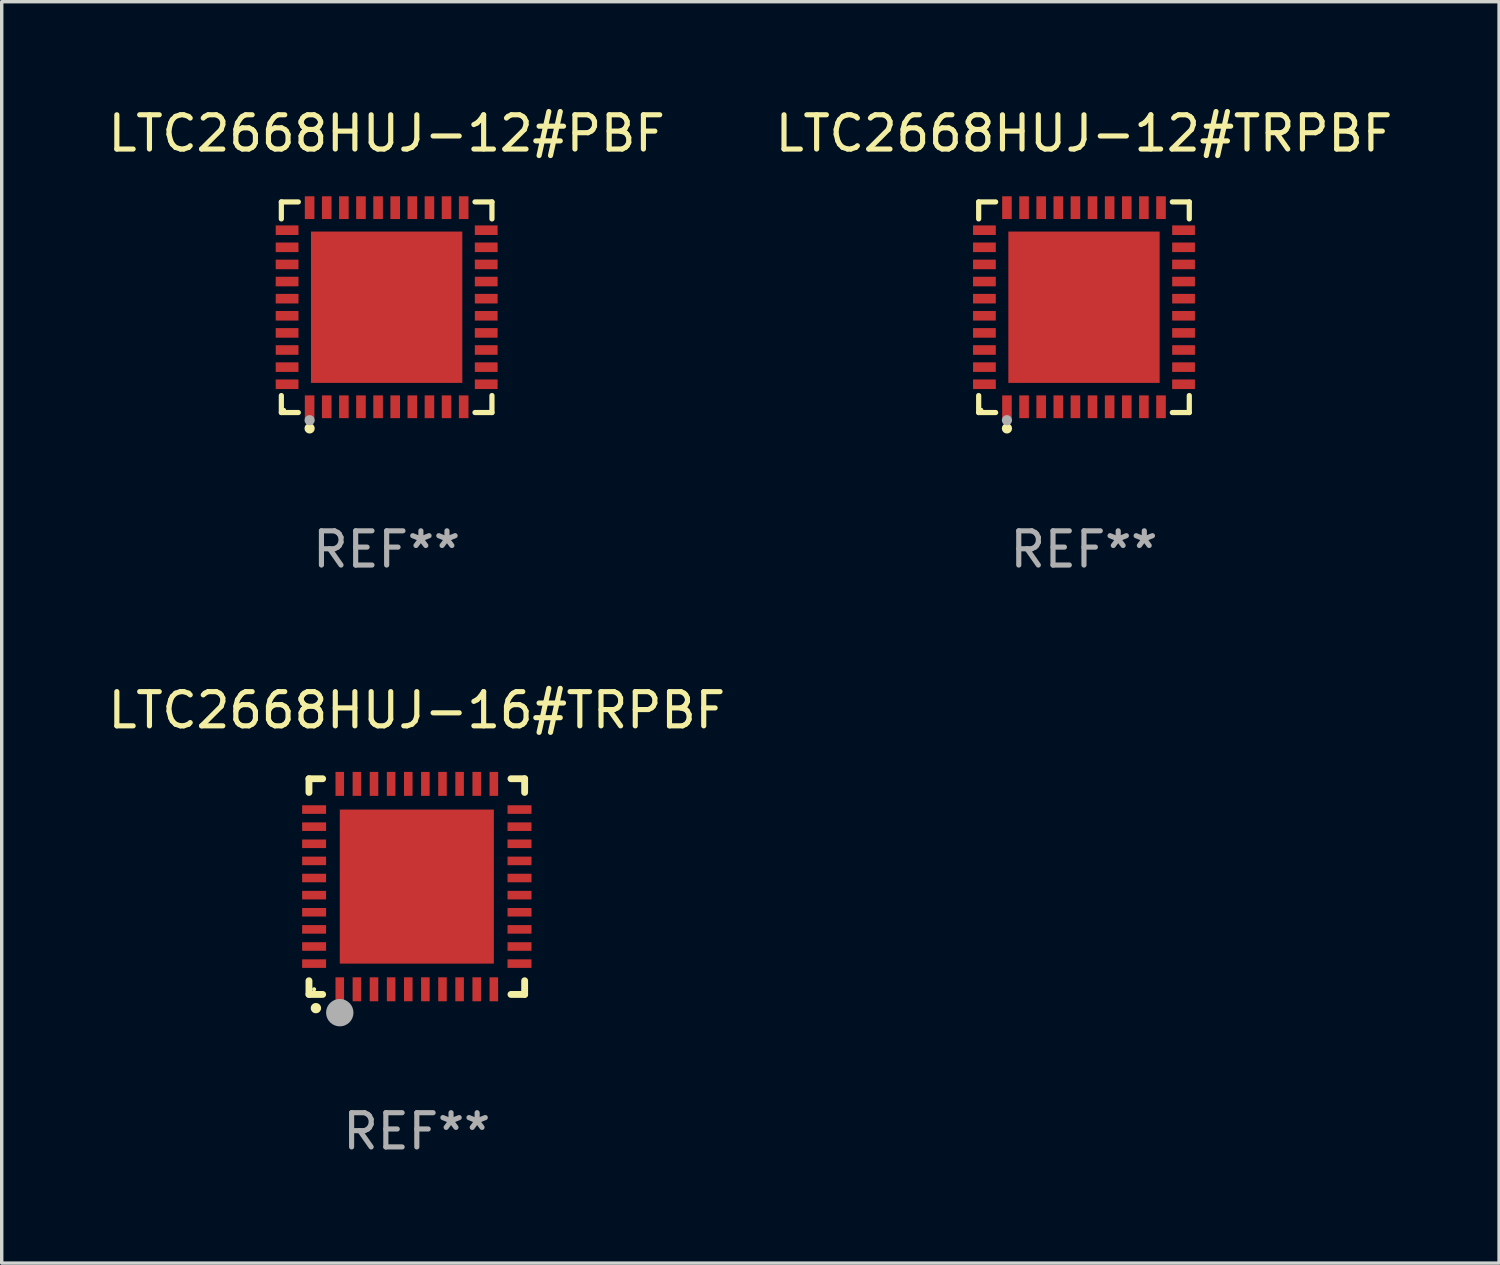
<source format=kicad_pcb>
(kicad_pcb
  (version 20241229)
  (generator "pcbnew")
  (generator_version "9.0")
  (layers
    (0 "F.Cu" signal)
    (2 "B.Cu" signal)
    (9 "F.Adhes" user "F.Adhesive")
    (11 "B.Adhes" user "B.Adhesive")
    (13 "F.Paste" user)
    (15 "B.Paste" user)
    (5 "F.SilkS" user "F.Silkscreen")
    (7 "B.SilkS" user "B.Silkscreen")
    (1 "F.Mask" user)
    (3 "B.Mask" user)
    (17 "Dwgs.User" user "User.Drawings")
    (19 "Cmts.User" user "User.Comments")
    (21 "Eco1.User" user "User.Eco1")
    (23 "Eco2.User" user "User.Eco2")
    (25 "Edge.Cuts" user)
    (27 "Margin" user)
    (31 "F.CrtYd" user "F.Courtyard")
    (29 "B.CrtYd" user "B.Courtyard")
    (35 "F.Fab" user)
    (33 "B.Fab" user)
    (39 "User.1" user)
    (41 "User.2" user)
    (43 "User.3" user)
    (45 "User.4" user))
  (footprint "LTC2668HUJ-16#TRPBF"
    (layer "F.Cu")
    (at 9.125 22.847)
    (property "Reference" "LTC2668HUJ-16#TRPBF" (at 0 -5.15 0) (layer "F.SilkS") (effects (font (size 1 1) (thickness 0.15))))
    (attr through_hole)
    (fp_line (start -3.15 -3.15) (end -2.75 -3.15) (stroke (width 0.2) (type solid)) (layer "F.SilkS"))
    (fp_line (start -3.15 -2.75) (end -3.15 -3.15) (stroke (width 0.2) (type solid)) (layer "F.SilkS"))
    (fp_line (start -3.15 3.15) (end -3.15 2.75) (stroke (width 0.2) (type solid)) (layer "F.SilkS"))
    (fp_line (start -2.75 3.15) (end -3.15 3.15) (stroke (width 0.2) (type solid)) (layer "F.SilkS"))
    (fp_line (start 3.15 -3.15) (end 2.75 -3.15) (stroke (width 0.2) (type solid)) (layer "F.SilkS"))
    (fp_line (start 3.15 -2.75) (end 3.15 -3.15) (stroke (width 0.2) (type solid)) (layer "F.SilkS"))
    (fp_line (start 3.15 2.75) (end 3.15 3.15) (stroke (width 0.2) (type solid)) (layer "F.SilkS"))
    (fp_line (start 3.15 3.15) (end 2.75 3.15) (stroke (width 0.2) (type solid)) (layer "F.SilkS"))
    (fp_arc (start -2.94892 3.550927) (mid -2.94765 3.550922) (end -2.94638 3.550927) (stroke (width 0.3) (type solid)) (layer "F.SilkS"))
    (fp_circle (center -3 3) (end -2.97 3) (stroke (width 0.06) (type solid)) (fill no) (layer "F.SilkS"))
    (fp_circle (center -2.25 3.683) (end -2.05 3.683) (stroke (width 0.4) (type solid)) (fill no) (layer "F.Fab"))
    (fp_text user "REF**" (at 0 7.15 0) (layer "F.Fab") (effects (font (size 1 1) (thickness 0.15))))
    (pad "1" smd rect (at -2.25 3 180) (size 0.25 0.7) (layers "F.Cu" "F.Mask" "F.Paste"))
    (pad "2" smd rect (at -1.75 3 180) (size 0.25 0.7) (layers "F.Cu" "F.Mask" "F.Paste"))
    (pad "3" smd rect (at -1.25 3 180) (size 0.25 0.7) (layers "F.Cu" "F.Mask" "F.Paste"))
    (pad "4" smd rect (at -0.75 3 180) (size 0.25 0.7) (layers "F.Cu" "F.Mask" "F.Paste"))
    (pad "5" smd rect (at -0.25 3 180) (size 0.25 0.7) (layers "F.Cu" "F.Mask" "F.Paste"))
    (pad "6" smd rect (at 0.25 3 180) (size 0.25 0.7) (layers "F.Cu" "F.Mask" "F.Paste"))
    (pad "7" smd rect (at 0.75 3 180) (size 0.25 0.7) (layers "F.Cu" "F.Mask" "F.Paste"))
    (pad "8" smd rect (at 1.25 3 180) (size 0.25 0.7) (layers "F.Cu" "F.Mask" "F.Paste"))
    (pad "9" smd rect (at 1.75 3 180) (size 0.25 0.7) (layers "F.Cu" "F.Mask" "F.Paste"))
    (pad "10" smd rect (at 2.25 3 180) (size 0.25 0.7) (layers "F.Cu" "F.Mask" "F.Paste"))
    (pad "11" smd rect (at 3 2.25 90) (size 0.25 0.7) (layers "F.Cu" "F.Mask" "F.Paste"))
    (pad "12" smd rect (at 3 1.75 90) (size 0.25 0.7) (layers "F.Cu" "F.Mask" "F.Paste"))
    (pad "13" smd rect (at 3 1.25 90) (size 0.25 0.7) (layers "F.Cu" "F.Mask" "F.Paste"))
    (pad "14" smd rect (at 3 0.75 90) (size 0.25 0.7) (layers "F.Cu" "F.Mask" "F.Paste"))
    (pad "15" smd rect (at 3 0.25 90) (size 0.25 0.7) (layers "F.Cu" "F.Mask" "F.Paste"))
    (pad "16" smd rect (at 3 -0.25 90) (size 0.25 0.7) (layers "F.Cu" "F.Mask" "F.Paste"))
    (pad "17" smd rect (at 3 -0.75 90) (size 0.25 0.7) (layers "F.Cu" "F.Mask" "F.Paste"))
    (pad "18" smd rect (at 3 -1.25 90) (size 0.25 0.7) (layers "F.Cu" "F.Mask" "F.Paste"))
    (pad "19" smd rect (at 3 -1.75 90) (size 0.25 0.7) (layers "F.Cu" "F.Mask" "F.Paste"))
    (pad "20" smd rect (at 3 -2.25 90) (size 0.25 0.7) (layers "F.Cu" "F.Mask" "F.Paste"))
    (pad "21" smd rect (at 2.25 -3 180) (size 0.25 0.7) (layers "F.Cu" "F.Mask" "F.Paste"))
    (pad "22" smd rect (at 1.75 -3 180) (size 0.25 0.7) (layers "F.Cu" "F.Mask" "F.Paste"))
    (pad "23" smd rect (at 1.25 -3 180) (size 0.25 0.7) (layers "F.Cu" "F.Mask" "F.Paste"))
    (pad "24" smd rect (at 0.75 -3 180) (size 0.25 0.7) (layers "F.Cu" "F.Mask" "F.Paste"))
    (pad "25" smd rect (at 0.25 -3 180) (size 0.25 0.7) (layers "F.Cu" "F.Mask" "F.Paste"))
    (pad "26" smd rect (at -0.25 -3 180) (size 0.25 0.7) (layers "F.Cu" "F.Mask" "F.Paste"))
    (pad "27" smd rect (at -0.75 -3 180) (size 0.25 0.7) (layers "F.Cu" "F.Mask" "F.Paste"))
    (pad "28" smd rect (at -1.25 -3 180) (size 0.25 0.7) (layers "F.Cu" "F.Mask" "F.Paste"))
    (pad "29" smd rect (at -1.75 -3 180) (size 0.25 0.7) (layers "F.Cu" "F.Mask" "F.Paste"))
    (pad "30" smd rect (at -2.25 -3 180) (size 0.25 0.7) (layers "F.Cu" "F.Mask" "F.Paste"))
    (pad "31" smd rect (at -3 -2.25 90) (size 0.25 0.7) (layers "F.Cu" "F.Mask" "F.Paste"))
    (pad "32" smd rect (at -3 -1.75 90) (size 0.25 0.7) (layers "F.Cu" "F.Mask" "F.Paste"))
    (pad "33" smd rect (at -3 -1.25 90) (size 0.25 0.7) (layers "F.Cu" "F.Mask" "F.Paste"))
    (pad "34" smd rect (at -3 -0.75 90) (size 0.25 0.7) (layers "F.Cu" "F.Mask" "F.Paste"))
    (pad "35" smd rect (at -3 -0.25 90) (size 0.25 0.7) (layers "F.Cu" "F.Mask" "F.Paste"))
    (pad "36" smd rect (at -3 0.25 90) (size 0.25 0.7) (layers "F.Cu" "F.Mask" "F.Paste"))
    (pad "37" smd rect (at -3 0.75 90) (size 0.25 0.7) (layers "F.Cu" "F.Mask" "F.Paste"))
    (pad "38" smd rect (at -3 1.25 90) (size 0.25 0.7) (layers "F.Cu" "F.Mask" "F.Paste"))
    (pad "39" smd rect (at -3 1.75 90) (size 0.25 0.7) (layers "F.Cu" "F.Mask" "F.Paste"))
    (pad "40" smd rect (at -3 2.25 90) (size 0.25 0.7) (layers "F.Cu" "F.Mask" "F.Paste"))
    (pad "41" smd rect (at 0.000102 0.000076 90) (size 4.5 4.5) (layers "F.Cu" "F.Mask" "F.Paste")))
  (footprint "LTC2668HUJ-12#PBF"
    (layer "F.Cu")
    (at 8.244 5.924)
    (property "Reference" "LTC2668HUJ-12#PBF" (at 0 -5.076 0) (layer "F.SilkS") (effects (font (size 1 1) (thickness 0.15))))
    (attr through_hole)
    (fp_line (start -3.076 -3.076) (end -2.58 -3.076) (stroke (width 0.152) (type solid)) (layer "F.SilkS"))
    (fp_line (start -3.076 -2.58) (end -3.076 -3.076) (stroke (width 0.152) (type solid)) (layer "F.SilkS"))
    (fp_line (start -3.076 2.58) (end -3.076 3.076) (stroke (width 0.152) (type solid)) (layer "F.SilkS"))
    (fp_line (start -3.076 3.076) (end -2.58 3.076) (stroke (width 0.152) (type solid)) (layer "F.SilkS"))
    (fp_line (start 3.076 -3.076) (end 2.58 -3.076) (stroke (width 0.152) (type solid)) (layer "F.SilkS"))
    (fp_line (start 3.076 -2.58) (end 3.076 -3.076) (stroke (width 0.152) (type solid)) (layer "F.SilkS"))
    (fp_line (start 3.076 2.58) (end 3.076 3.076) (stroke (width 0.152) (type solid)) (layer "F.SilkS"))
    (fp_line (start 3.076 3.076) (end 2.58 3.076) (stroke (width 0.152) (type solid)) (layer "F.SilkS"))
    (fp_circle (center -3 3) (end -2.97 3) (stroke (width 0.06) (type solid)) (fill no) (layer "F.SilkS"))
    (fp_circle (center -2.25 3.54) (end -2.175 3.54) (stroke (width 0.15) (type solid)) (fill no) (layer "F.SilkS"))
    (fp_circle (center -2.25 3.3) (end -2.175 3.3) (stroke (width 0.15) (type solid)) (fill no) (layer "F.Fab"))
    (fp_text user "REF**" (at 0 7.076 0) (layer "F.Fab") (effects (font (size 1 1) (thickness 0.15))))
    (pad "1" smd rect (at -2.25 2.908) (size 0.28 0.665) (layers "F.Cu" "F.Mask" "F.Paste"))
    (pad "2" smd rect (at -1.75 2.908) (size 0.28 0.665) (layers "F.Cu" "F.Mask" "F.Paste"))
    (pad "3" smd rect (at -1.25 2.908) (size 0.28 0.665) (layers "F.Cu" "F.Mask" "F.Paste"))
    (pad "4" smd rect (at -0.75 2.908) (size 0.28 0.665) (layers "F.Cu" "F.Mask" "F.Paste"))
    (pad "5" smd rect (at -0.25 2.908) (size 0.28 0.665) (layers "F.Cu" "F.Mask" "F.Paste"))
    (pad "6" smd rect (at 0.25 2.908) (size 0.28 0.665) (layers "F.Cu" "F.Mask" "F.Paste"))
    (pad "7" smd rect (at 0.75 2.908) (size 0.28 0.665) (layers "F.Cu" "F.Mask" "F.Paste"))
    (pad "8" smd rect (at 1.25 2.908) (size 0.28 0.665) (layers "F.Cu" "F.Mask" "F.Paste"))
    (pad "9" smd rect (at 1.75 2.908) (size 0.28 0.665) (layers "F.Cu" "F.Mask" "F.Paste"))
    (pad "10" smd rect (at 2.25 2.908) (size 0.28 0.665) (layers "F.Cu" "F.Mask" "F.Paste"))
    (pad "11" smd rect (at 2.908 2.25) (size 0.665 0.28) (layers "F.Cu" "F.Mask" "F.Paste"))
    (pad "12" smd rect (at 2.908 1.75) (size 0.665 0.28) (layers "F.Cu" "F.Mask" "F.Paste"))
    (pad "13" smd rect (at 2.908 1.25) (size 0.665 0.28) (layers "F.Cu" "F.Mask" "F.Paste"))
    (pad "14" smd rect (at 2.908 0.75) (size 0.665 0.28) (layers "F.Cu" "F.Mask" "F.Paste"))
    (pad "15" smd rect (at 2.908 0.25) (size 0.665 0.28) (layers "F.Cu" "F.Mask" "F.Paste"))
    (pad "16" smd rect (at 2.908 -0.25) (size 0.665 0.28) (layers "F.Cu" "F.Mask" "F.Paste"))
    (pad "17" smd rect (at 2.908 -0.75) (size 0.665 0.28) (layers "F.Cu" "F.Mask" "F.Paste"))
    (pad "18" smd rect (at 2.908 -1.25) (size 0.665 0.28) (layers "F.Cu" "F.Mask" "F.Paste"))
    (pad "19" smd rect (at 2.908 -1.75) (size 0.665 0.28) (layers "F.Cu" "F.Mask" "F.Paste"))
    (pad "20" smd rect (at 2.908 -2.25) (size 0.665 0.28) (layers "F.Cu" "F.Mask" "F.Paste"))
    (pad "21" smd rect (at 2.25 -2.908) (size 0.28 0.665) (layers "F.Cu" "F.Mask" "F.Paste"))
    (pad "22" smd rect (at 1.75 -2.908) (size 0.28 0.665) (layers "F.Cu" "F.Mask" "F.Paste"))
    (pad "23" smd rect (at 1.25 -2.908) (size 0.28 0.665) (layers "F.Cu" "F.Mask" "F.Paste"))
    (pad "24" smd rect (at 0.75 -2.908) (size 0.28 0.665) (layers "F.Cu" "F.Mask" "F.Paste"))
    (pad "25" smd rect (at 0.25 -2.908) (size 0.28 0.665) (layers "F.Cu" "F.Mask" "F.Paste"))
    (pad "26" smd rect (at -0.25 -2.908) (size 0.28 0.665) (layers "F.Cu" "F.Mask" "F.Paste"))
    (pad "27" smd rect (at -0.75 -2.908) (size 0.28 0.665) (layers "F.Cu" "F.Mask" "F.Paste"))
    (pad "28" smd rect (at -1.25 -2.908) (size 0.28 0.665) (layers "F.Cu" "F.Mask" "F.Paste"))
    (pad "29" smd rect (at -1.75 -2.908) (size 0.28 0.665) (layers "F.Cu" "F.Mask" "F.Paste"))
    (pad "30" smd rect (at -2.25 -2.908) (size 0.28 0.665) (layers "F.Cu" "F.Mask" "F.Paste"))
    (pad "31" smd rect (at -2.908 -2.25) (size 0.665 0.28) (layers "F.Cu" "F.Mask" "F.Paste"))
    (pad "32" smd rect (at -2.908 -1.75) (size 0.665 0.28) (layers "F.Cu" "F.Mask" "F.Paste"))
    (pad "33" smd rect (at -2.908 -1.25) (size 0.665 0.28) (layers "F.Cu" "F.Mask" "F.Paste"))
    (pad "34" smd rect (at -2.908 -0.75) (size 0.665 0.28) (layers "F.Cu" "F.Mask" "F.Paste"))
    (pad "35" smd rect (at -2.908 -0.25) (size 0.665 0.28) (layers "F.Cu" "F.Mask" "F.Paste"))
    (pad "36" smd rect (at -2.908 0.25) (size 0.665 0.28) (layers "F.Cu" "F.Mask" "F.Paste"))
    (pad "37" smd rect (at -2.908 0.75) (size 0.665 0.28) (layers "F.Cu" "F.Mask" "F.Paste"))
    (pad "38" smd rect (at -2.908 1.25) (size 0.665 0.28) (layers "F.Cu" "F.Mask" "F.Paste"))
    (pad "39" smd rect (at -2.908 1.75) (size 0.665 0.28) (layers "F.Cu" "F.Mask" "F.Paste"))
    (pad "40" smd rect (at -2.908 2.25) (size 0.665 0.28) (layers "F.Cu" "F.Mask" "F.Paste"))
    (pad "41" smd rect (at 0 0) (size 4.42 4.42) (layers "F.Cu" "F.Mask" "F.Paste")))
  (footprint "LTC2668HUJ-12#TRPBF"
    (layer "F.Cu")
    (at 28.613 5.924)
    (property "Reference" "LTC2668HUJ-12#TRPBF" (at 0 -5.076 0) (layer "F.SilkS") (effects (font (size 1 1) (thickness 0.15))))
    (attr through_hole)
    (fp_line (start -3.076 -3.076) (end -2.58 -3.076) (stroke (width 0.152) (type solid)) (layer "F.SilkS"))
    (fp_line (start -3.076 -2.58) (end -3.076 -3.076) (stroke (width 0.152) (type solid)) (layer "F.SilkS"))
    (fp_line (start -3.076 2.58) (end -3.076 3.076) (stroke (width 0.152) (type solid)) (layer "F.SilkS"))
    (fp_line (start -3.076 3.076) (end -2.58 3.076) (stroke (width 0.152) (type solid)) (layer "F.SilkS"))
    (fp_line (start 3.076 -3.076) (end 2.58 -3.076) (stroke (width 0.152) (type solid)) (layer "F.SilkS"))
    (fp_line (start 3.076 -2.58) (end 3.076 -3.076) (stroke (width 0.152) (type solid)) (layer "F.SilkS"))
    (fp_line (start 3.076 2.58) (end 3.076 3.076) (stroke (width 0.152) (type solid)) (layer "F.SilkS"))
    (fp_line (start 3.076 3.076) (end 2.58 3.076) (stroke (width 0.152) (type solid)) (layer "F.SilkS"))
    (fp_circle (center -3 3) (end -2.97 3) (stroke (width 0.06) (type solid)) (fill no) (layer "F.SilkS"))
    (fp_circle (center -2.25 3.54) (end -2.175 3.54) (stroke (width 0.15) (type solid)) (fill no) (layer "F.SilkS"))
    (fp_circle (center -2.25 3.3) (end -2.175 3.3) (stroke (width 0.15) (type solid)) (fill no) (layer "F.Fab"))
    (fp_text user "REF**" (at 0 7.076 0) (layer "F.Fab") (effects (font (size 1 1) (thickness 0.15))))
    (pad "1" smd rect (at -2.25 2.908) (size 0.28 0.665) (layers "F.Cu" "F.Mask" "F.Paste"))
    (pad "2" smd rect (at -1.75 2.908) (size 0.28 0.665) (layers "F.Cu" "F.Mask" "F.Paste"))
    (pad "3" smd rect (at -1.25 2.908) (size 0.28 0.665) (layers "F.Cu" "F.Mask" "F.Paste"))
    (pad "4" smd rect (at -0.75 2.908) (size 0.28 0.665) (layers "F.Cu" "F.Mask" "F.Paste"))
    (pad "5" smd rect (at -0.25 2.908) (size 0.28 0.665) (layers "F.Cu" "F.Mask" "F.Paste"))
    (pad "6" smd rect (at 0.25 2.908) (size 0.28 0.665) (layers "F.Cu" "F.Mask" "F.Paste"))
    (pad "7" smd rect (at 0.75 2.908) (size 0.28 0.665) (layers "F.Cu" "F.Mask" "F.Paste"))
    (pad "8" smd rect (at 1.25 2.908) (size 0.28 0.665) (layers "F.Cu" "F.Mask" "F.Paste"))
    (pad "9" smd rect (at 1.75 2.908) (size 0.28 0.665) (layers "F.Cu" "F.Mask" "F.Paste"))
    (pad "10" smd rect (at 2.25 2.908) (size 0.28 0.665) (layers "F.Cu" "F.Mask" "F.Paste"))
    (pad "11" smd rect (at 2.908 2.25) (size 0.665 0.28) (layers "F.Cu" "F.Mask" "F.Paste"))
    (pad "12" smd rect (at 2.908 1.75) (size 0.665 0.28) (layers "F.Cu" "F.Mask" "F.Paste"))
    (pad "13" smd rect (at 2.908 1.25) (size 0.665 0.28) (layers "F.Cu" "F.Mask" "F.Paste"))
    (pad "14" smd rect (at 2.908 0.75) (size 0.665 0.28) (layers "F.Cu" "F.Mask" "F.Paste"))
    (pad "15" smd rect (at 2.908 0.25) (size 0.665 0.28) (layers "F.Cu" "F.Mask" "F.Paste"))
    (pad "16" smd rect (at 2.908 -0.25) (size 0.665 0.28) (layers "F.Cu" "F.Mask" "F.Paste"))
    (pad "17" smd rect (at 2.908 -0.75) (size 0.665 0.28) (layers "F.Cu" "F.Mask" "F.Paste"))
    (pad "18" smd rect (at 2.908 -1.25) (size 0.665 0.28) (layers "F.Cu" "F.Mask" "F.Paste"))
    (pad "19" smd rect (at 2.908 -1.75) (size 0.665 0.28) (layers "F.Cu" "F.Mask" "F.Paste"))
    (pad "20" smd rect (at 2.908 -2.25) (size 0.665 0.28) (layers "F.Cu" "F.Mask" "F.Paste"))
    (pad "21" smd rect (at 2.25 -2.908) (size 0.28 0.665) (layers "F.Cu" "F.Mask" "F.Paste"))
    (pad "22" smd rect (at 1.75 -2.908) (size 0.28 0.665) (layers "F.Cu" "F.Mask" "F.Paste"))
    (pad "23" smd rect (at 1.25 -2.908) (size 0.28 0.665) (layers "F.Cu" "F.Mask" "F.Paste"))
    (pad "24" smd rect (at 0.75 -2.908) (size 0.28 0.665) (layers "F.Cu" "F.Mask" "F.Paste"))
    (pad "25" smd rect (at 0.25 -2.908) (size 0.28 0.665) (layers "F.Cu" "F.Mask" "F.Paste"))
    (pad "26" smd rect (at -0.25 -2.908) (size 0.28 0.665) (layers "F.Cu" "F.Mask" "F.Paste"))
    (pad "27" smd rect (at -0.75 -2.908) (size 0.28 0.665) (layers "F.Cu" "F.Mask" "F.Paste"))
    (pad "28" smd rect (at -1.25 -2.908) (size 0.28 0.665) (layers "F.Cu" "F.Mask" "F.Paste"))
    (pad "29" smd rect (at -1.75 -2.908) (size 0.28 0.665) (layers "F.Cu" "F.Mask" "F.Paste"))
    (pad "30" smd rect (at -2.25 -2.908) (size 0.28 0.665) (layers "F.Cu" "F.Mask" "F.Paste"))
    (pad "31" smd rect (at -2.908 -2.25) (size 0.665 0.28) (layers "F.Cu" "F.Mask" "F.Paste"))
    (pad "32" smd rect (at -2.908 -1.75) (size 0.665 0.28) (layers "F.Cu" "F.Mask" "F.Paste"))
    (pad "33" smd rect (at -2.908 -1.25) (size 0.665 0.28) (layers "F.Cu" "F.Mask" "F.Paste"))
    (pad "34" smd rect (at -2.908 -0.75) (size 0.665 0.28) (layers "F.Cu" "F.Mask" "F.Paste"))
    (pad "35" smd rect (at -2.908 -0.25) (size 0.665 0.28) (layers "F.Cu" "F.Mask" "F.Paste"))
    (pad "36" smd rect (at -2.908 0.25) (size 0.665 0.28) (layers "F.Cu" "F.Mask" "F.Paste"))
    (pad "37" smd rect (at -2.908 0.75) (size 0.665 0.28) (layers "F.Cu" "F.Mask" "F.Paste"))
    (pad "38" smd rect (at -2.908 1.25) (size 0.665 0.28) (layers "F.Cu" "F.Mask" "F.Paste"))
    (pad "39" smd rect (at -2.908 1.75) (size 0.665 0.28) (layers "F.Cu" "F.Mask" "F.Paste"))
    (pad "40" smd rect (at -2.908 2.25) (size 0.665 0.28) (layers "F.Cu" "F.Mask" "F.Paste"))
    (pad "41" smd rect (at 0 0) (size 4.42 4.42) (layers "F.Cu" "F.Mask" "F.Paste")))
  (gr_rect
    (start -3 -3)
    (end 40.738 33.845)
    (stroke (width 0.1) (type default))
    (fill no)
    (layer "Edge.Cuts")))
</source>
